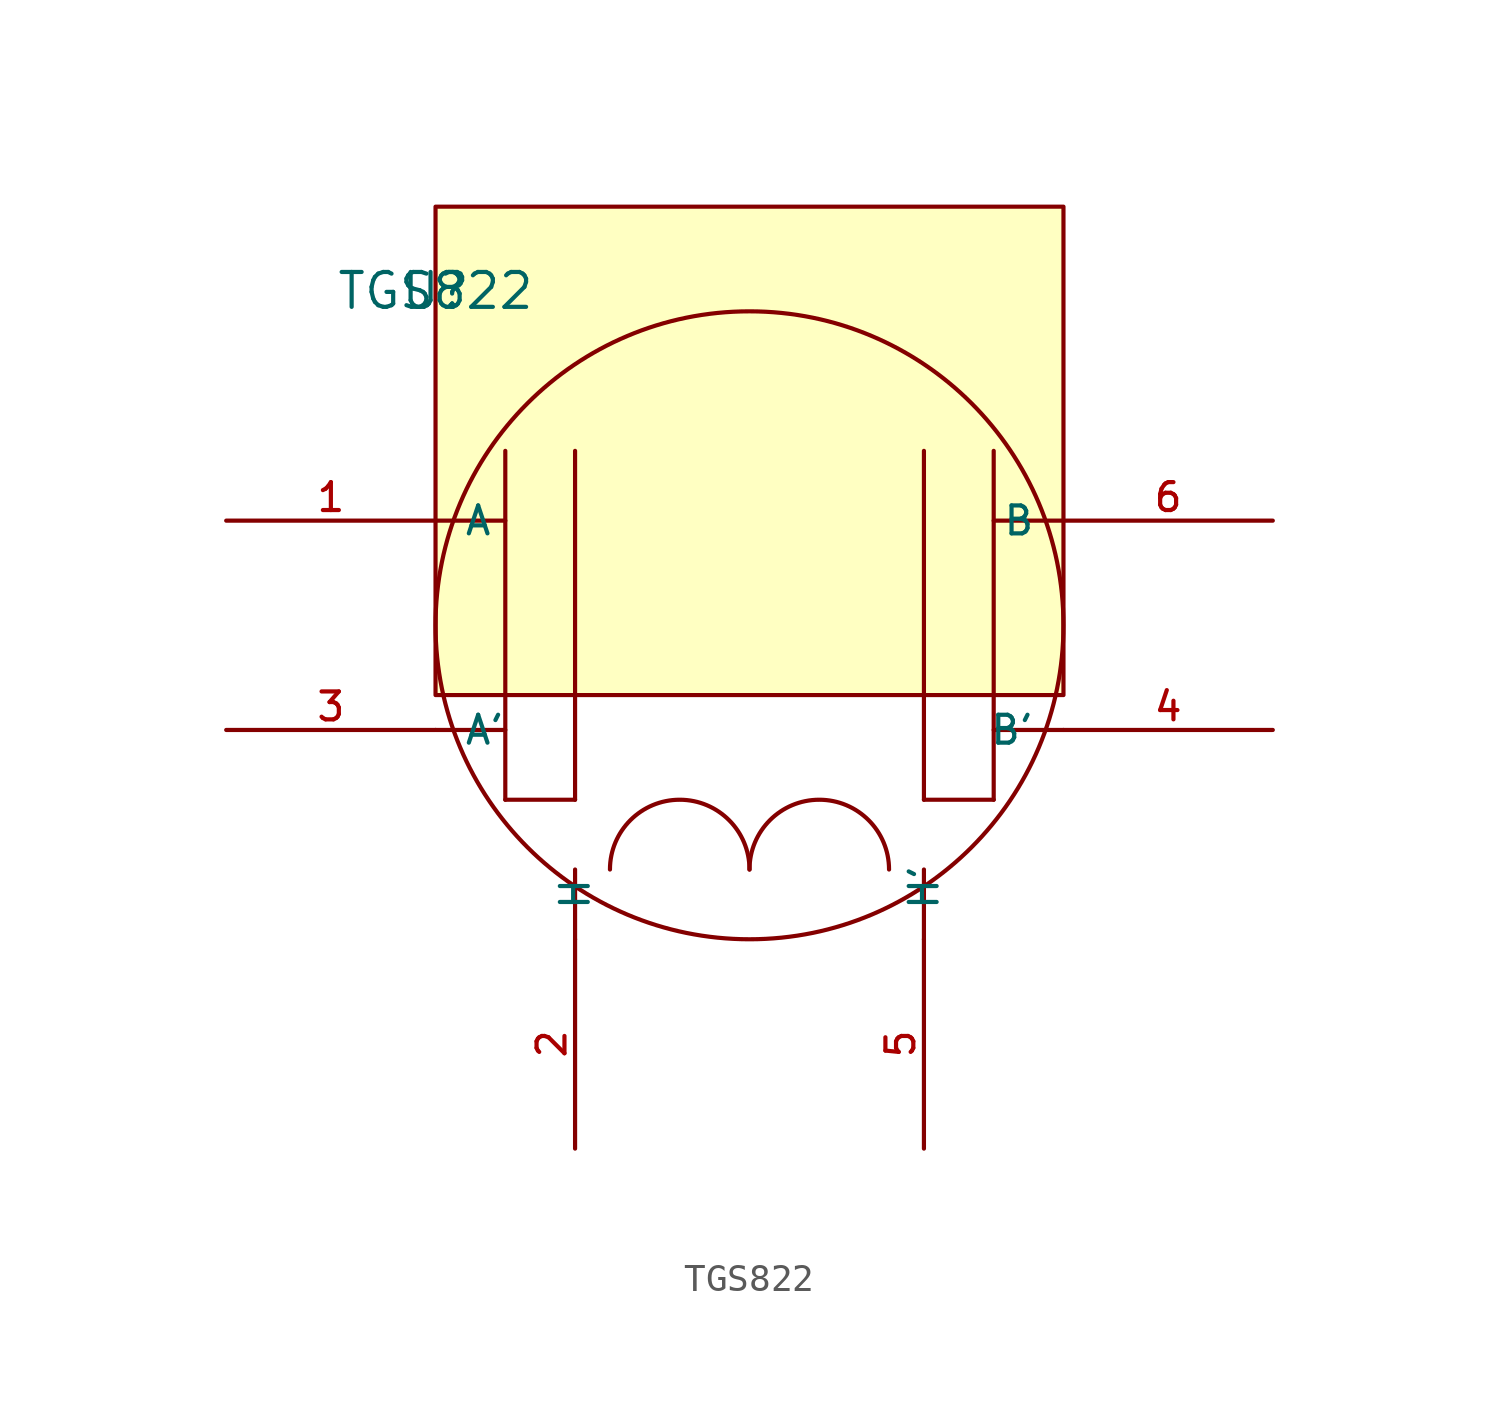
<source format=kicad_sym>
(kicad_symbol_lib
  (version 20211014)
  (generator kicad_symbol_editor)
  (symbol "TGS822"
    (pin_names
      (offset 1.016))
    (property "Reference" "U"
      (at 0 0 0)
      (effects (font (size 1.27 1.27)) (justify bottom)))
    (property "Value" "TGS822"
      (at 0 0.0 0)
      (effects (font (size 1.27 1.27)) (justify bottom)))
    (symbol "TGS822_0_0"
      (circle (center 11.43 -11.43) (radius 11.43) (stroke (width 0.152)) (fill (type none)))
      (polyline (pts (xy 5.08 -5.08) (xy 5.08 -17.78)) (stroke (width 0.152)))
      (polyline (pts (xy 5.08 -17.78) (xy 2.54 -17.78)) (stroke (width 0.152)))
      (polyline (pts (xy 2.54 -17.78) (xy 2.54 -5.08)) (stroke (width 0.152)))
      (polyline (pts (xy 20.32 -5.08) (xy 20.32 -17.78)) (stroke (width 0.152)))
      (polyline (pts (xy 20.32 -17.78) (xy 17.78 -17.78)) (stroke (width 0.152)))
      (polyline (pts (xy 17.78 -17.78) (xy 17.78 -5.08)) (stroke (width 0.152)))
      (arc (start 11.43 -20.32) (mid 13.97 -17.78) (end 16.51 -20.32) (stroke (width 0.1524) (type default) (color 0 0 0 0)) (fill (type none)))
      (polyline (pts (xy 2.54 -15.24) (xy 0.0 -15.24)) (stroke (width 0.152)))
      (polyline (pts (xy 2.54 -7.62) (xy 0.0 -7.62)) (stroke (width 0.152)))
      (polyline (pts (xy 20.32 -7.62) (xy 22.86 -7.62)) (stroke (width 0.152)))
      (polyline (pts (xy 20.32 -15.24) (xy 22.86 -15.24)) (stroke (width 0.152)))
      (arc (start 6.35 -20.32) (mid 8.89 -17.78) (end 11.43 -20.32) (stroke (width 0.1524) (type default) (color 0 0 0 0)) (fill (type none)))
      (polyline (pts (xy 5.08 -20.32) (xy 5.08 -22.86)) (stroke (width 0.152)))
      (polyline (pts (xy 17.78 -20.32) (xy 17.78 -22.86)) (stroke (width 0.152)))
      (rectangle (start 0.0 -13.97) (end 22.86 3.81) (stroke (width 0.152)) (fill (type background)))
      (pin passive line (at -7.62 -7.62 0) (length 7.62) (name "A" (effects (font (size 1.016 1.016)))) (number "1" (effects (font (size 1.016 1.016)))))
      (pin passive line (at -7.62 -15.24 0) (length 7.62) (name "A'" (effects (font (size 1.016 1.016)))) (number "3" (effects (font (size 1.016 1.016)))))
      (pin passive line (at 30.48 -7.62 180.0) (length 7.62) (name "B" (effects (font (size 1.016 1.016)))) (number "6" (effects (font (size 1.016 1.016)))))
      (pin passive line (at 30.48 -15.24 180.0) (length 7.62) (name "B'" (effects (font (size 1.016 1.016)))) (number "4" (effects (font (size 1.016 1.016)))))
      (pin passive line (at 5.08 -30.48 90.0) (length 7.62) (name "H" (effects (font (size 1.016 1.016)))) (number "2" (effects (font (size 1.016 1.016)))))
      (pin passive line (at 17.78 -30.48 90.0) (length 7.62) (name "H'" (effects (font (size 1.016 1.016)))) (number "5" (effects (font (size 1.016 1.016))))))))
</source>
